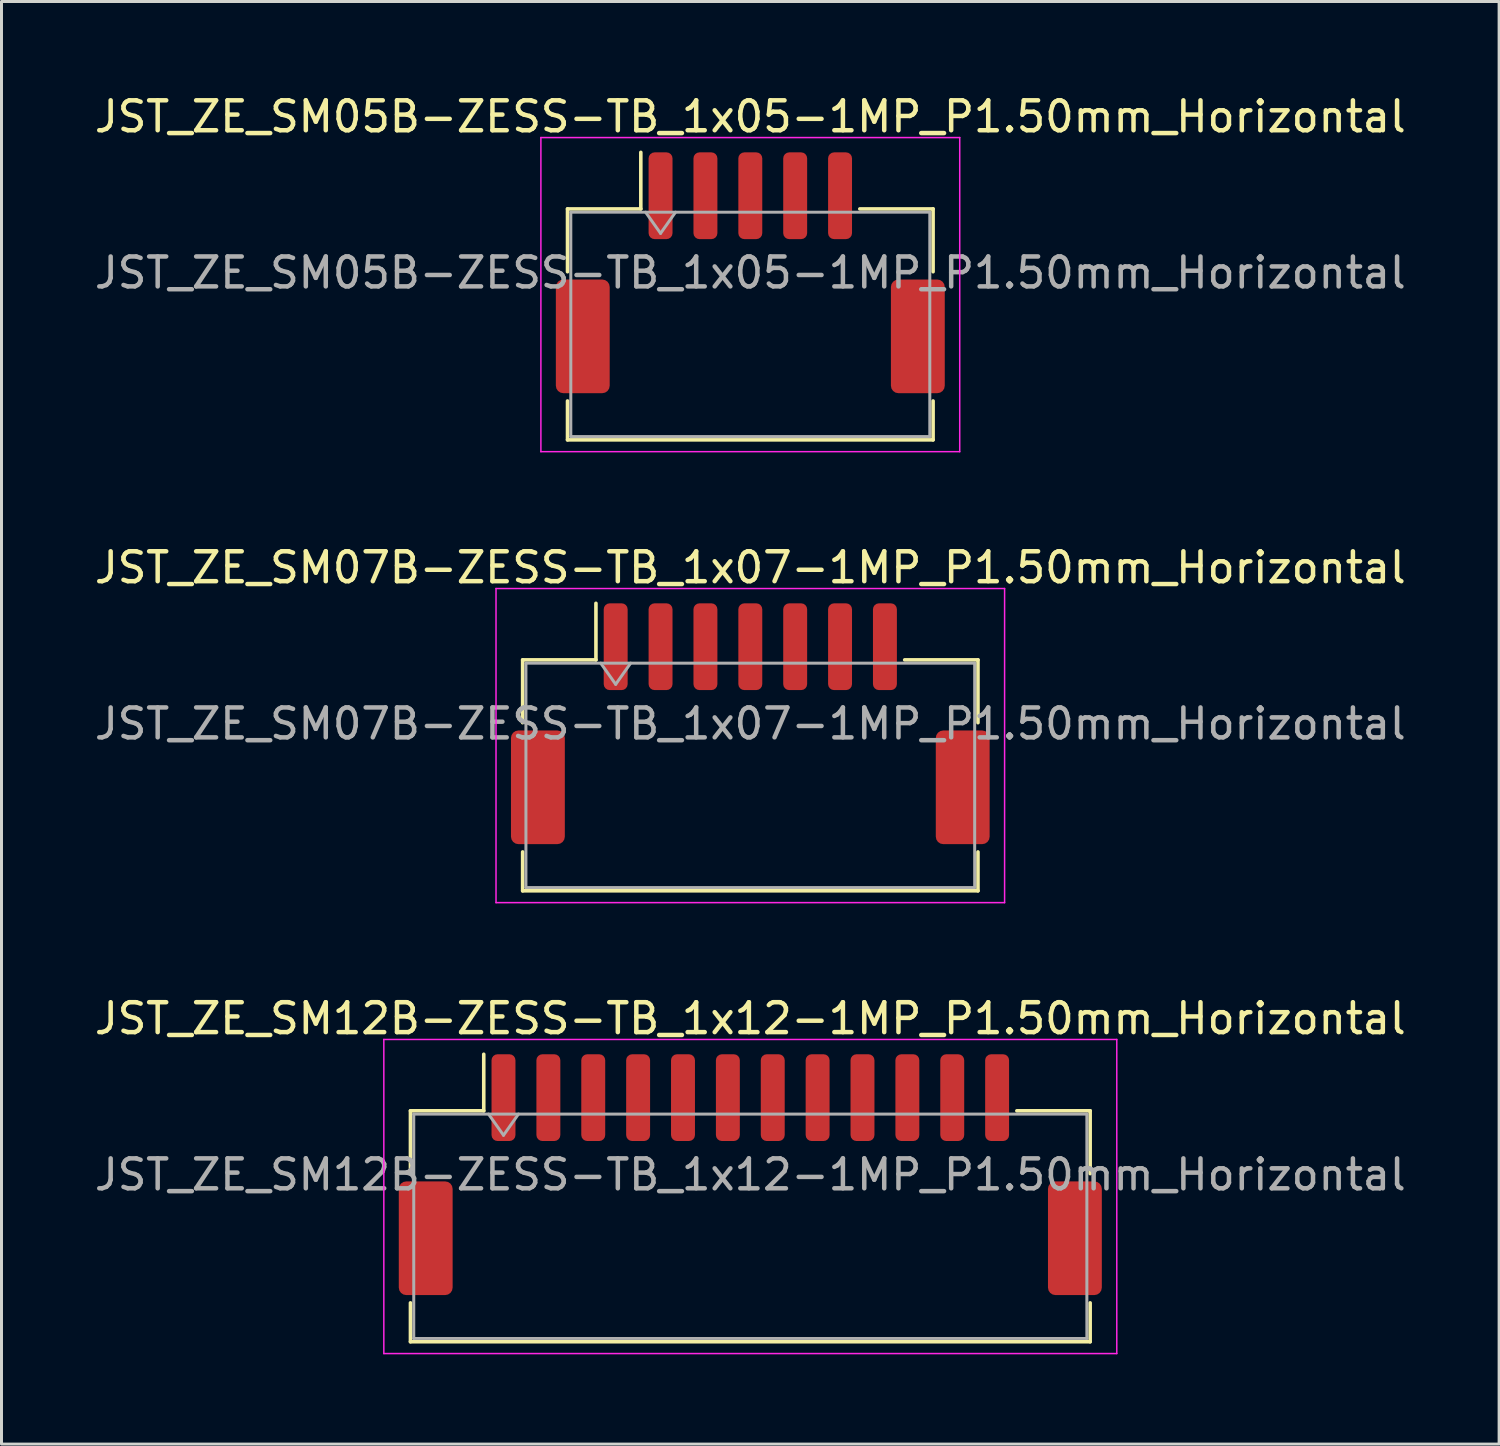
<source format=kicad_pcb>
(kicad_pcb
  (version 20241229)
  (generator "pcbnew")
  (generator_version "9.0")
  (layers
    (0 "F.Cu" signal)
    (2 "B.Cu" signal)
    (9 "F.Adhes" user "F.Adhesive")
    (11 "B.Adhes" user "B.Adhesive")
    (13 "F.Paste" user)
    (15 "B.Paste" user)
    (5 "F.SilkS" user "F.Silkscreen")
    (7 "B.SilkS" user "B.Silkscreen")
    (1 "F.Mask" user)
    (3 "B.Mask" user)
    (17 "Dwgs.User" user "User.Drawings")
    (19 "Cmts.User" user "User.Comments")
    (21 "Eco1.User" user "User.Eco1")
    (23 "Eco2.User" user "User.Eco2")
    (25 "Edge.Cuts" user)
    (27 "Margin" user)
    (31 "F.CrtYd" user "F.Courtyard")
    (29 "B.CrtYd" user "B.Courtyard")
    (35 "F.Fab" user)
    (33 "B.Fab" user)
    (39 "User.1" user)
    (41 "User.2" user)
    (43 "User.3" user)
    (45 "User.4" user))
  (footprint "JST_ZE_SM05B-ZESS-TB_1x05-1MP_P1.50mm_Horizontal"
    (layer "F.Cu")
    (at 22.03 6.068)
    (property "Reference" "JST_ZE_SM05B-ZESS-TB_1x05-1MP_P1.50mm_Horizontal" (at 0 -5.22 0) (layer "F.SilkS") (effects (font (size 1 1) (thickness 0.15))))
    (attr smd)
    (fp_line (start -6.11 -2.135) (end -3.66 -2.135) (stroke (width 0.12) (type solid)) (layer "F.SilkS"))
    (fp_line (start -6.11 -0.035) (end -6.11 -2.135) (stroke (width 0.12) (type solid)) (layer "F.SilkS"))
    (fp_line (start -6.11 4.285) (end -6.11 5.585) (stroke (width 0.12) (type solid)) (layer "F.SilkS"))
    (fp_line (start -6.11 5.585) (end 6.11 5.585) (stroke (width 0.12) (type solid)) (layer "F.SilkS"))
    (fp_line (start -3.66 -2.135) (end -3.66 -4.025) (stroke (width 0.12) (type solid)) (layer "F.SilkS"))
    (fp_line (start 6.11 -2.135) (end 3.66 -2.135) (stroke (width 0.12) (type solid)) (layer "F.SilkS"))
    (fp_line (start 6.11 -0.035) (end 6.11 -2.135) (stroke (width 0.12) (type solid)) (layer "F.SilkS"))
    (fp_line (start 6.11 5.585) (end 6.11 4.285) (stroke (width 0.12) (type solid)) (layer "F.SilkS"))
    (fp_line (start -7 -4.52) (end -7 5.98) (stroke (width 0.05) (type solid)) (layer "F.CrtYd"))
    (fp_line (start -7 5.98) (end 7 5.98) (stroke (width 0.05) (type solid)) (layer "F.CrtYd"))
    (fp_line (start 7 -4.52) (end -7 -4.52) (stroke (width 0.05) (type solid)) (layer "F.CrtYd"))
    (fp_line (start 7 5.98) (end 7 -4.52) (stroke (width 0.05) (type solid)) (layer "F.CrtYd"))
    (fp_line (start -6 -2.025) (end -6 5.475) (stroke (width 0.1) (type solid)) (layer "F.Fab"))
    (fp_line (start -6 -2.025) (end 6 -2.025) (stroke (width 0.1) (type solid)) (layer "F.Fab"))
    (fp_line (start -6 5.475) (end 6 5.475) (stroke (width 0.1) (type solid)) (layer "F.Fab"))
    (fp_line (start -3.5 -2.025) (end -3 -1.318) (stroke (width 0.1) (type solid)) (layer "F.Fab"))
    (fp_line (start -3 -1.318) (end -2.5 -2.025) (stroke (width 0.1) (type solid)) (layer "F.Fab"))
    (fp_line (start 6 -2.025) (end 6 5.475) (stroke (width 0.1) (type solid)) (layer "F.Fab"))
    (fp_text user "${REFERENCE}" (at 0 0 0) (layer "F.Fab") (effects (font (size 1 1) (thickness 0.15))))
    (pad "1" smd roundrect (at -3 -2.575) (size 0.8 2.9) (layers "F.Cu" "F.Mask" "F.Paste") (roundrect_rratio 0.25))
    (pad "2" smd roundrect (at -1.5 -2.575) (size 0.8 2.9) (layers "F.Cu" "F.Mask" "F.Paste") (roundrect_rratio 0.25))
    (pad "3" smd roundrect (at 0 -2.575) (size 0.8 2.9) (layers "F.Cu" "F.Mask" "F.Paste") (roundrect_rratio 0.25))
    (pad "4" smd roundrect (at 1.5 -2.575) (size 0.8 2.9) (layers "F.Cu" "F.Mask" "F.Paste") (roundrect_rratio 0.25))
    (pad "5" smd roundrect (at 3 -2.575) (size 0.8 2.9) (layers "F.Cu" "F.Mask" "F.Paste") (roundrect_rratio 0.25))
    (pad "MP" smd roundrect (at -5.6 2.125) (size 1.8 3.8) (layers "F.Cu" "F.Mask" "F.Paste") (roundrect_rratio 0.139))
    (pad "MP" smd roundrect (at 5.6 2.125) (size 1.8 3.8) (layers "F.Cu" "F.Mask" "F.Paste") (roundrect_rratio 0.139)))
  (footprint "JST_ZE_SM12B-ZESS-TB_1x12-1MP_P1.50mm_Horizontal"
    (layer "F.Cu")
    (at 22.03 36.215)
    (property "Reference" "JST_ZE_SM12B-ZESS-TB_1x12-1MP_P1.50mm_Horizontal" (at 0 -5.22 0) (layer "F.SilkS") (effects (font (size 1 1) (thickness 0.15))))
    (attr smd)
    (fp_line (start -11.36 -2.135) (end -8.91 -2.135) (stroke (width 0.12) (type solid)) (layer "F.SilkS"))
    (fp_line (start -11.36 -0.035) (end -11.36 -2.135) (stroke (width 0.12) (type solid)) (layer "F.SilkS"))
    (fp_line (start -11.36 4.285) (end -11.36 5.585) (stroke (width 0.12) (type solid)) (layer "F.SilkS"))
    (fp_line (start -11.36 5.585) (end 11.36 5.585) (stroke (width 0.12) (type solid)) (layer "F.SilkS"))
    (fp_line (start -8.91 -2.135) (end -8.91 -4.025) (stroke (width 0.12) (type solid)) (layer "F.SilkS"))
    (fp_line (start 11.36 -2.135) (end 8.91 -2.135) (stroke (width 0.12) (type solid)) (layer "F.SilkS"))
    (fp_line (start 11.36 -0.035) (end 11.36 -2.135) (stroke (width 0.12) (type solid)) (layer "F.SilkS"))
    (fp_line (start 11.36 5.585) (end 11.36 4.285) (stroke (width 0.12) (type solid)) (layer "F.SilkS"))
    (fp_line (start -12.25 -4.52) (end -12.25 5.98) (stroke (width 0.05) (type solid)) (layer "F.CrtYd"))
    (fp_line (start -12.25 5.98) (end 12.25 5.98) (stroke (width 0.05) (type solid)) (layer "F.CrtYd"))
    (fp_line (start 12.25 -4.52) (end -12.25 -4.52) (stroke (width 0.05) (type solid)) (layer "F.CrtYd"))
    (fp_line (start 12.25 5.98) (end 12.25 -4.52) (stroke (width 0.05) (type solid)) (layer "F.CrtYd"))
    (fp_line (start -11.25 -2.025) (end -11.25 5.475) (stroke (width 0.1) (type solid)) (layer "F.Fab"))
    (fp_line (start -11.25 -2.025) (end 11.25 -2.025) (stroke (width 0.1) (type solid)) (layer "F.Fab"))
    (fp_line (start -11.25 5.475) (end 11.25 5.475) (stroke (width 0.1) (type solid)) (layer "F.Fab"))
    (fp_line (start -8.75 -2.025) (end -8.25 -1.318) (stroke (width 0.1) (type solid)) (layer "F.Fab"))
    (fp_line (start -8.25 -1.318) (end -7.75 -2.025) (stroke (width 0.1) (type solid)) (layer "F.Fab"))
    (fp_line (start 11.25 -2.025) (end 11.25 5.475) (stroke (width 0.1) (type solid)) (layer "F.Fab"))
    (fp_text user "${REFERENCE}" (at 0 0 0) (layer "F.Fab") (effects (font (size 1 1) (thickness 0.15))))
    (pad "1" smd roundrect (at -8.25 -2.575) (size 0.8 2.9) (layers "F.Cu" "F.Mask" "F.Paste") (roundrect_rratio 0.25))
    (pad "2" smd roundrect (at -6.75 -2.575) (size 0.8 2.9) (layers "F.Cu" "F.Mask" "F.Paste") (roundrect_rratio 0.25))
    (pad "3" smd roundrect (at -5.25 -2.575) (size 0.8 2.9) (layers "F.Cu" "F.Mask" "F.Paste") (roundrect_rratio 0.25))
    (pad "4" smd roundrect (at -3.75 -2.575) (size 0.8 2.9) (layers "F.Cu" "F.Mask" "F.Paste") (roundrect_rratio 0.25))
    (pad "5" smd roundrect (at -2.25 -2.575) (size 0.8 2.9) (layers "F.Cu" "F.Mask" "F.Paste") (roundrect_rratio 0.25))
    (pad "6" smd roundrect (at -0.75 -2.575) (size 0.8 2.9) (layers "F.Cu" "F.Mask" "F.Paste") (roundrect_rratio 0.25))
    (pad "7" smd roundrect (at 0.75 -2.575) (size 0.8 2.9) (layers "F.Cu" "F.Mask" "F.Paste") (roundrect_rratio 0.25))
    (pad "8" smd roundrect (at 2.25 -2.575) (size 0.8 2.9) (layers "F.Cu" "F.Mask" "F.Paste") (roundrect_rratio 0.25))
    (pad "9" smd roundrect (at 3.75 -2.575) (size 0.8 2.9) (layers "F.Cu" "F.Mask" "F.Paste") (roundrect_rratio 0.25))
    (pad "10" smd roundrect (at 5.25 -2.575) (size 0.8 2.9) (layers "F.Cu" "F.Mask" "F.Paste") (roundrect_rratio 0.25))
    (pad "11" smd roundrect (at 6.75 -2.575) (size 0.8 2.9) (layers "F.Cu" "F.Mask" "F.Paste") (roundrect_rratio 0.25))
    (pad "12" smd roundrect (at 8.25 -2.575) (size 0.8 2.9) (layers "F.Cu" "F.Mask" "F.Paste") (roundrect_rratio 0.25))
    (pad "MP" smd roundrect (at -10.85 2.125) (size 1.8 3.8) (layers "F.Cu" "F.Mask" "F.Paste") (roundrect_rratio 0.139))
    (pad "MP" smd roundrect (at 10.85 2.125) (size 1.8 3.8) (layers "F.Cu" "F.Mask" "F.Paste") (roundrect_rratio 0.139)))
  (footprint "JST_ZE_SM07B-ZESS-TB_1x07-1MP_P1.50mm_Horizontal"
    (layer "F.Cu")
    (at 22.03 21.142)
    (property "Reference" "JST_ZE_SM07B-ZESS-TB_1x07-1MP_P1.50mm_Horizontal" (at 0 -5.22 0) (layer "F.SilkS") (effects (font (size 1 1) (thickness 0.15))))
    (attr smd)
    (fp_line (start -7.61 -2.135) (end -5.16 -2.135) (stroke (width 0.12) (type solid)) (layer "F.SilkS"))
    (fp_line (start -7.61 -0.035) (end -7.61 -2.135) (stroke (width 0.12) (type solid)) (layer "F.SilkS"))
    (fp_line (start -7.61 4.285) (end -7.61 5.585) (stroke (width 0.12) (type solid)) (layer "F.SilkS"))
    (fp_line (start -7.61 5.585) (end 7.61 5.585) (stroke (width 0.12) (type solid)) (layer "F.SilkS"))
    (fp_line (start -5.16 -2.135) (end -5.16 -4.025) (stroke (width 0.12) (type solid)) (layer "F.SilkS"))
    (fp_line (start 7.61 -2.135) (end 5.16 -2.135) (stroke (width 0.12) (type solid)) (layer "F.SilkS"))
    (fp_line (start 7.61 -0.035) (end 7.61 -2.135) (stroke (width 0.12) (type solid)) (layer "F.SilkS"))
    (fp_line (start 7.61 5.585) (end 7.61 4.285) (stroke (width 0.12) (type solid)) (layer "F.SilkS"))
    (fp_line (start -8.5 -4.52) (end -8.5 5.98) (stroke (width 0.05) (type solid)) (layer "F.CrtYd"))
    (fp_line (start -8.5 5.98) (end 8.5 5.98) (stroke (width 0.05) (type solid)) (layer "F.CrtYd"))
    (fp_line (start 8.5 -4.52) (end -8.5 -4.52) (stroke (width 0.05) (type solid)) (layer "F.CrtYd"))
    (fp_line (start 8.5 5.98) (end 8.5 -4.52) (stroke (width 0.05) (type solid)) (layer "F.CrtYd"))
    (fp_line (start -7.5 -2.025) (end -7.5 5.475) (stroke (width 0.1) (type solid)) (layer "F.Fab"))
    (fp_line (start -7.5 -2.025) (end 7.5 -2.025) (stroke (width 0.1) (type solid)) (layer "F.Fab"))
    (fp_line (start -7.5 5.475) (end 7.5 5.475) (stroke (width 0.1) (type solid)) (layer "F.Fab"))
    (fp_line (start -5 -2.025) (end -4.5 -1.318) (stroke (width 0.1) (type solid)) (layer "F.Fab"))
    (fp_line (start -4.5 -1.318) (end -4 -2.025) (stroke (width 0.1) (type solid)) (layer "F.Fab"))
    (fp_line (start 7.5 -2.025) (end 7.5 5.475) (stroke (width 0.1) (type solid)) (layer "F.Fab"))
    (fp_text user "${REFERENCE}" (at 0 0 0) (layer "F.Fab") (effects (font (size 1 1) (thickness 0.15))))
    (pad "1" smd roundrect (at -4.5 -2.575) (size 0.8 2.9) (layers "F.Cu" "F.Mask" "F.Paste") (roundrect_rratio 0.25))
    (pad "2" smd roundrect (at -3 -2.575) (size 0.8 2.9) (layers "F.Cu" "F.Mask" "F.Paste") (roundrect_rratio 0.25))
    (pad "3" smd roundrect (at -1.5 -2.575) (size 0.8 2.9) (layers "F.Cu" "F.Mask" "F.Paste") (roundrect_rratio 0.25))
    (pad "4" smd roundrect (at 0 -2.575) (size 0.8 2.9) (layers "F.Cu" "F.Mask" "F.Paste") (roundrect_rratio 0.25))
    (pad "5" smd roundrect (at 1.5 -2.575) (size 0.8 2.9) (layers "F.Cu" "F.Mask" "F.Paste") (roundrect_rratio 0.25))
    (pad "6" smd roundrect (at 3 -2.575) (size 0.8 2.9) (layers "F.Cu" "F.Mask" "F.Paste") (roundrect_rratio 0.25))
    (pad "7" smd roundrect (at 4.5 -2.575) (size 0.8 2.9) (layers "F.Cu" "F.Mask" "F.Paste") (roundrect_rratio 0.25))
    (pad "MP" smd roundrect (at -7.1 2.125) (size 1.8 3.8) (layers "F.Cu" "F.Mask" "F.Paste") (roundrect_rratio 0.139))
    (pad "MP" smd roundrect (at 7.1 2.125) (size 1.8 3.8) (layers "F.Cu" "F.Mask" "F.Paste") (roundrect_rratio 0.139)))
  (gr_rect
    (start -3 -3)
    (end 47.06 45.22)
    (stroke (width 0.1) (type default))
    (fill no)
    (layer "Edge.Cuts")))
</source>
